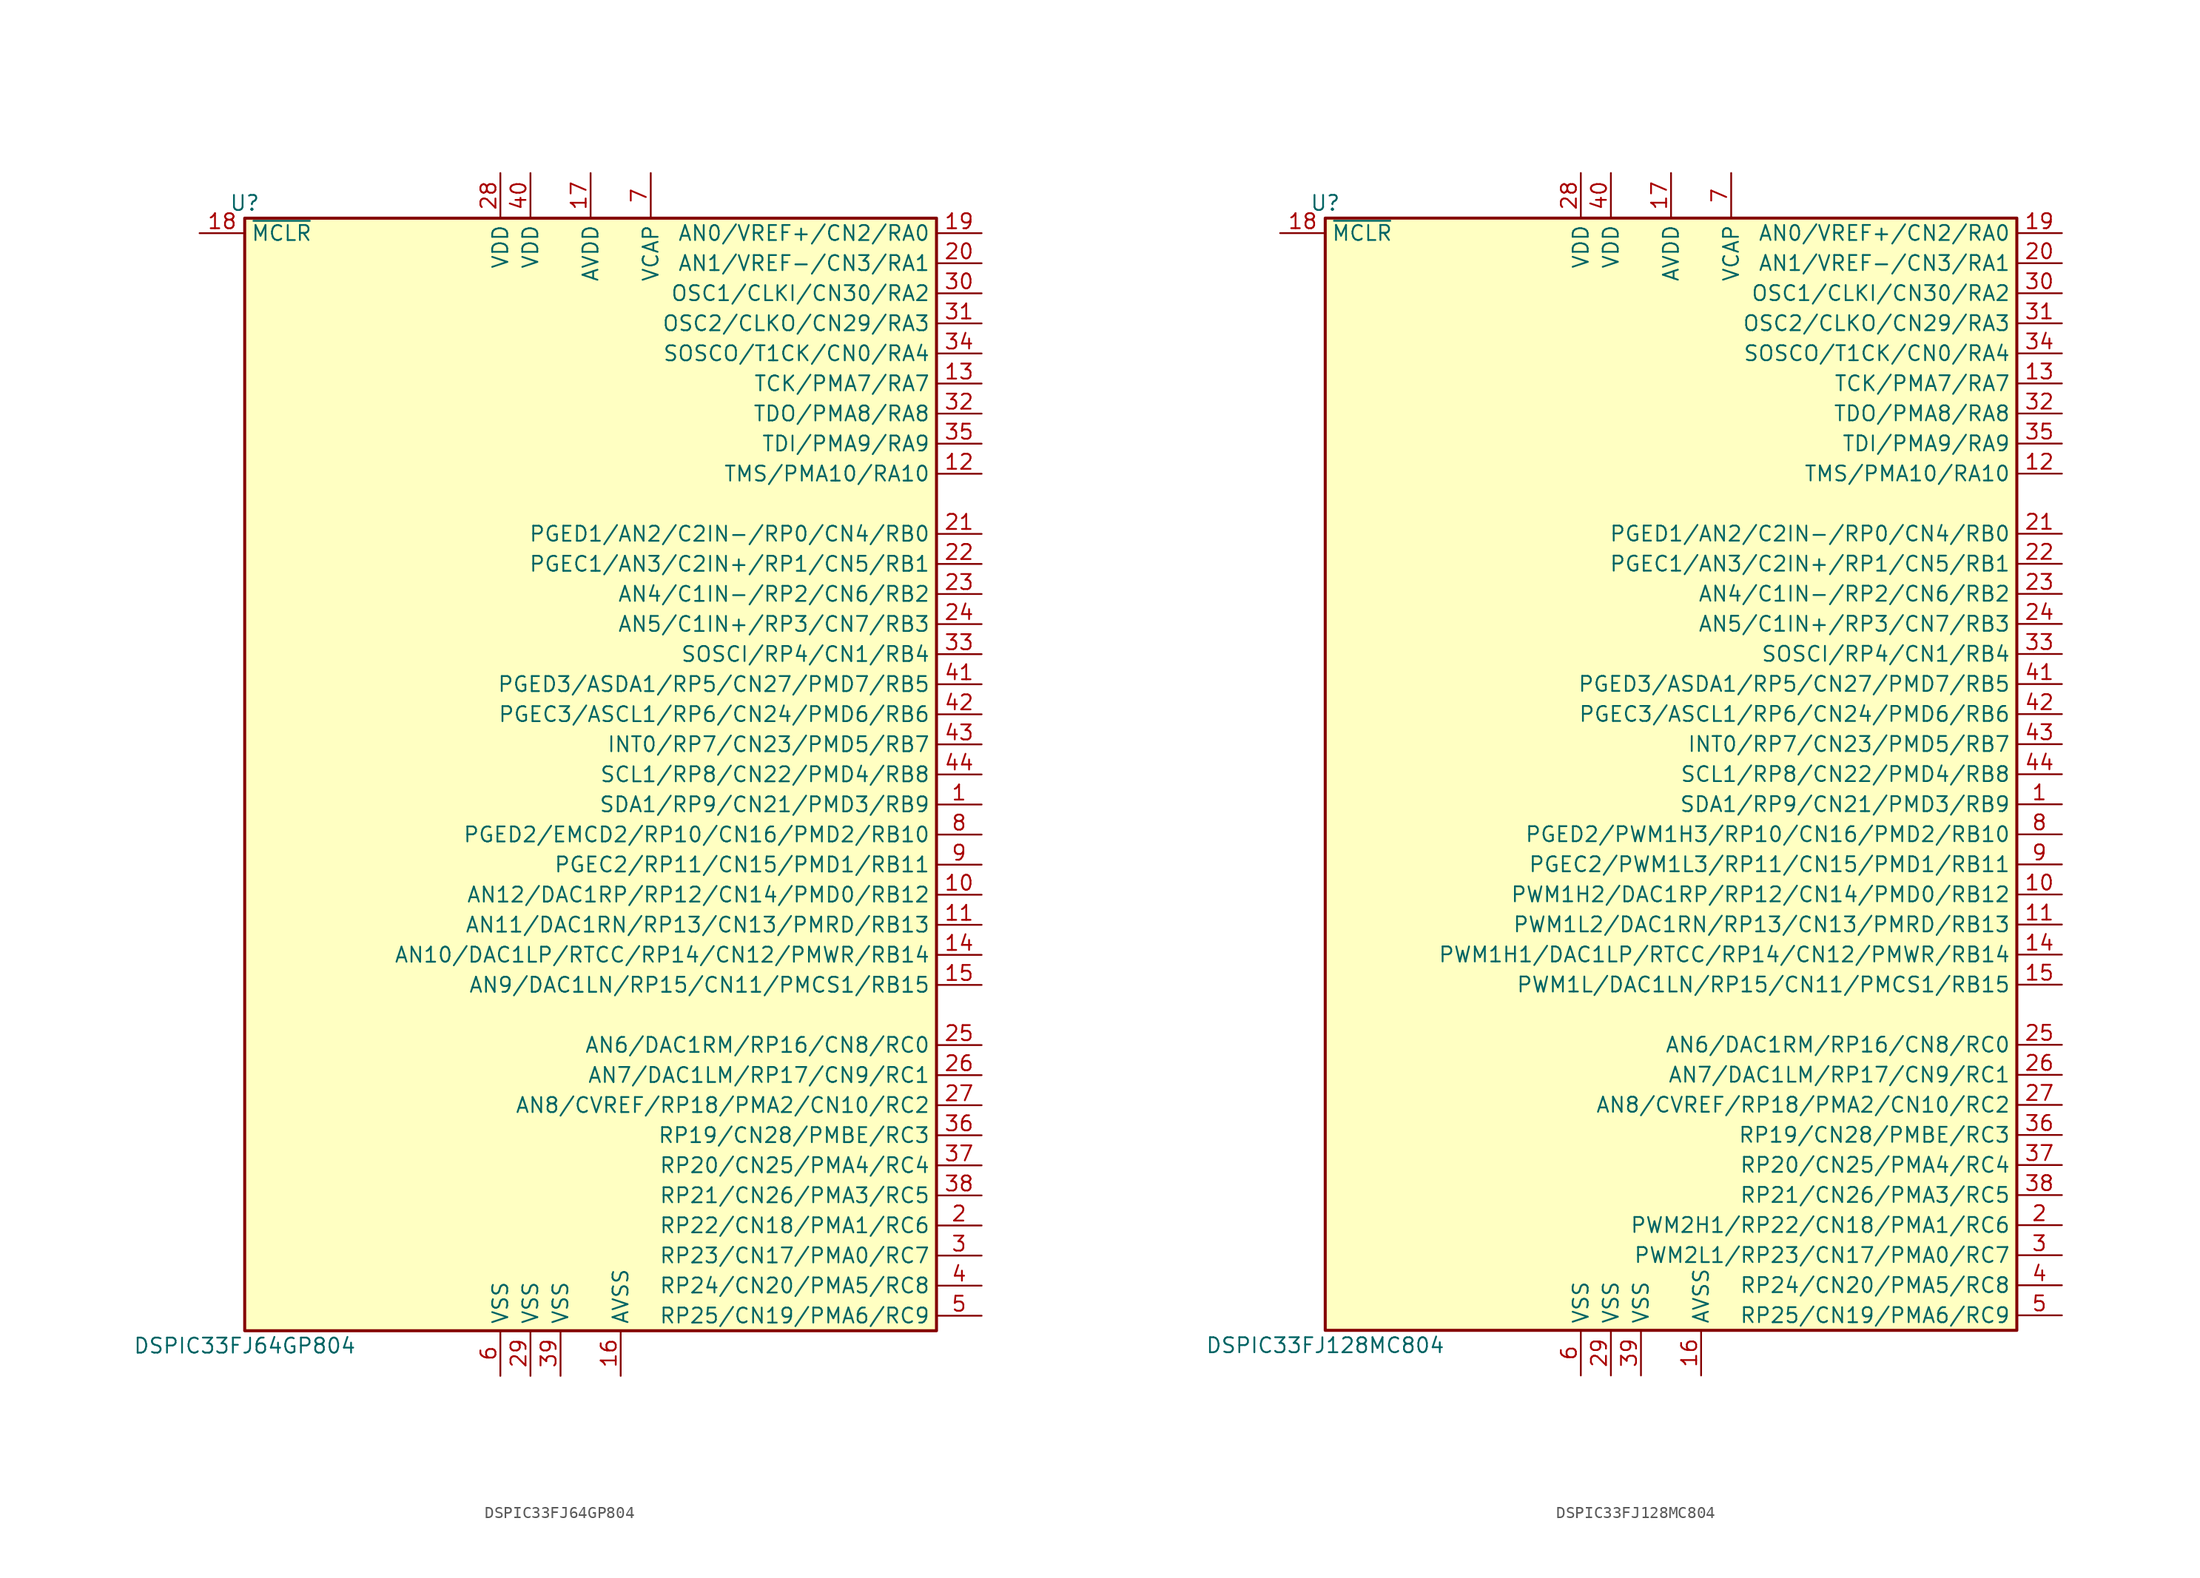
<source format=kicad_sym>
(kicad_symbol_lib
  (version 20211014)
  (generator kicad_symbol_editor)
  (symbol "DSPIC33FJ64GP804"
    (property "Reference" "U"
      (at -29.21 48.26 0)
      (effects (font (size 1.27 1.27))))
    (property "Value" "DSPIC33FJ64GP804"
      (at -29.21 -48.26 0)
      (effects (font (size 1.27 1.27))))
    (symbol "DSPIC33FJ64GP804_1_1"
      (rectangle (start -29.21 46.99) (end 29.21 -46.99) (stroke (width 0.254) (type default) (color 0 0 0 0)) (fill (type background)))
      (pin bidirectional line (at 33.02 -2.54 180) (length 3.81) (name "SDA1/RP9/CN21/PMD3/RB9" (effects (font (size 1.27 1.27)))) (number "1" (effects (font (size 1.27 1.27)))))
      (pin bidirectional line (at 33.02 -10.16 180) (length 3.81) (name "AN12/DAC1RP/RP12/CN14/PMD0/RB12" (effects (font (size 1.27 1.27)))) (number "10" (effects (font (size 1.27 1.27)))))
      (pin bidirectional line (at 33.02 -12.7 180) (length 3.81) (name "AN11/DAC1RN/RP13/CN13/PMRD/RB13" (effects (font (size 1.27 1.27)))) (number "11" (effects (font (size 1.27 1.27)))))
      (pin bidirectional line (at 33.02 25.4 180) (length 3.81) (name "TMS/PMA10/RA10" (effects (font (size 1.27 1.27)))) (number "12" (effects (font (size 1.27 1.27)))))
      (pin bidirectional line (at 33.02 33.02 180) (length 3.81) (name "TCK/PMA7/RA7" (effects (font (size 1.27 1.27)))) (number "13" (effects (font (size 1.27 1.27)))))
      (pin bidirectional line (at 33.02 -15.24 180) (length 3.81) (name "AN10/DAC1LP/RTCC/RP14/CN12/PMWR/RB14" (effects (font (size 1.27 1.27)))) (number "14" (effects (font (size 1.27 1.27)))))
      (pin bidirectional line (at 33.02 -17.78 180) (length 3.81) (name "AN9/DAC1LN/RP15/CN11/PMCS1/RB15" (effects (font (size 1.27 1.27)))) (number "15" (effects (font (size 1.27 1.27)))))
      (pin power_in line (at 2.54 -50.8 90) (length 3.81) (name "AVSS" (effects (font (size 1.27 1.27)))) (number "16" (effects (font (size 1.27 1.27)))))
      (pin power_in line (at 0 50.8 270) (length 3.81) (name "AVDD" (effects (font (size 1.27 1.27)))) (number "17" (effects (font (size 1.27 1.27)))))
      (pin input line (at -33.02 45.72 0) (length 3.81) (name "~{MCLR}" (effects (font (size 1.27 1.27)))) (number "18" (effects (font (size 1.27 1.27)))))
      (pin bidirectional line (at 33.02 45.72 180) (length 3.81) (name "AN0/VREF+/CN2/RA0" (effects (font (size 1.27 1.27)))) (number "19" (effects (font (size 1.27 1.27)))))
      (pin bidirectional line (at 33.02 -38.1 180) (length 3.81) (name "RP22/CN18/PMA1/RC6" (effects (font (size 1.27 1.27)))) (number "2" (effects (font (size 1.27 1.27)))))
      (pin bidirectional line (at 33.02 43.18 180) (length 3.81) (name "AN1/VREF-/CN3/RA1" (effects (font (size 1.27 1.27)))) (number "20" (effects (font (size 1.27 1.27)))))
      (pin bidirectional line (at 33.02 20.32 180) (length 3.81) (name "PGED1/AN2/C2IN-/RP0/CN4/RB0" (effects (font (size 1.27 1.27)))) (number "21" (effects (font (size 1.27 1.27)))))
      (pin bidirectional line (at 33.02 17.78 180) (length 3.81) (name "PGEC1/AN3/C2IN+/RP1/CN5/RB1" (effects (font (size 1.27 1.27)))) (number "22" (effects (font (size 1.27 1.27)))))
      (pin bidirectional line (at 33.02 15.24 180) (length 3.81) (name "AN4/C1IN-/RP2/CN6/RB2" (effects (font (size 1.27 1.27)))) (number "23" (effects (font (size 1.27 1.27)))))
      (pin bidirectional line (at 33.02 12.7 180) (length 3.81) (name "AN5/C1IN+/RP3/CN7/RB3" (effects (font (size 1.27 1.27)))) (number "24" (effects (font (size 1.27 1.27)))))
      (pin bidirectional line (at 33.02 -22.86 180) (length 3.81) (name "AN6/DAC1RM/RP16/CN8/RC0" (effects (font (size 1.27 1.27)))) (number "25" (effects (font (size 1.27 1.27)))))
      (pin bidirectional line (at 33.02 -25.4 180) (length 3.81) (name "AN7/DAC1LM/RP17/CN9/RC1" (effects (font (size 1.27 1.27)))) (number "26" (effects (font (size 1.27 1.27)))))
      (pin bidirectional line (at 33.02 -27.94 180) (length 3.81) (name "AN8/CVREF/RP18/PMA2/CN10/RC2" (effects (font (size 1.27 1.27)))) (number "27" (effects (font (size 1.27 1.27)))))
      (pin power_in line (at -7.62 50.8 270) (length 3.81) (name "VDD" (effects (font (size 1.27 1.27)))) (number "28" (effects (font (size 1.27 1.27)))))
      (pin power_in line (at -5.08 -50.8 90) (length 3.81) (name "VSS" (effects (font (size 1.27 1.27)))) (number "29" (effects (font (size 1.27 1.27)))))
      (pin bidirectional line (at 33.02 -40.64 180) (length 3.81) (name "RP23/CN17/PMA0/RC7" (effects (font (size 1.27 1.27)))) (number "3" (effects (font (size 1.27 1.27)))))
      (pin input line (at 33.02 40.64 180) (length 3.81) (name "OSC1/CLKI/CN30/RA2" (effects (font (size 1.27 1.27)))) (number "30" (effects (font (size 1.27 1.27)))))
      (pin input line (at 33.02 38.1 180) (length 3.81) (name "OSC2/CLKO/CN29/RA3" (effects (font (size 1.27 1.27)))) (number "31" (effects (font (size 1.27 1.27)))))
      (pin input line (at 33.02 30.48 180) (length 3.81) (name "TDO/PMA8/RA8" (effects (font (size 1.27 1.27)))) (number "32" (effects (font (size 1.27 1.27)))))
      (pin input line (at 33.02 10.16 180) (length 3.81) (name "SOSCI/RP4/CN1/RB4" (effects (font (size 1.27 1.27)))) (number "33" (effects (font (size 1.27 1.27)))))
      (pin input line (at 33.02 35.56 180) (length 3.81) (name "SOSCO/T1CK/CN0/RA4" (effects (font (size 1.27 1.27)))) (number "34" (effects (font (size 1.27 1.27)))))
      (pin input line (at 33.02 27.94 180) (length 3.81) (name "TDI/PMA9/RA9" (effects (font (size 1.27 1.27)))) (number "35" (effects (font (size 1.27 1.27)))))
      (pin input line (at 33.02 -30.48 180) (length 3.81) (name "RP19/CN28/PMBE/RC3" (effects (font (size 1.27 1.27)))) (number "36" (effects (font (size 1.27 1.27)))))
      (pin input line (at 33.02 -33.02 180) (length 3.81) (name "RP20/CN25/PMA4/RC4" (effects (font (size 1.27 1.27)))) (number "37" (effects (font (size 1.27 1.27)))))
      (pin input line (at 33.02 -35.56 180) (length 3.81) (name "RP21/CN26/PMA3/RC5" (effects (font (size 1.27 1.27)))) (number "38" (effects (font (size 1.27 1.27)))))
      (pin power_in line (at -2.54 -50.8 90) (length 3.81) (name "VSS" (effects (font (size 1.27 1.27)))) (number "39" (effects (font (size 1.27 1.27)))))
      (pin bidirectional line (at 33.02 -43.18 180) (length 3.81) (name "RP24/CN20/PMA5/RC8" (effects (font (size 1.27 1.27)))) (number "4" (effects (font (size 1.27 1.27)))))
      (pin power_in line (at -5.08 50.8 270) (length 3.81) (name "VDD" (effects (font (size 1.27 1.27)))) (number "40" (effects (font (size 1.27 1.27)))))
      (pin input line (at 33.02 7.62 180) (length 3.81) (name "PGED3/ASDA1/RP5/CN27/PMD7/RB5" (effects (font (size 1.27 1.27)))) (number "41" (effects (font (size 1.27 1.27)))))
      (pin input line (at 33.02 5.08 180) (length 3.81) (name "PGEC3/ASCL1/RP6/CN24/PMD6/RB6" (effects (font (size 1.27 1.27)))) (number "42" (effects (font (size 1.27 1.27)))))
      (pin input line (at 33.02 2.54 180) (length 3.81) (name "INT0/RP7/CN23/PMD5/RB7" (effects (font (size 1.27 1.27)))) (number "43" (effects (font (size 1.27 1.27)))))
      (pin input line (at 33.02 0 180) (length 3.81) (name "SCL1/RP8/CN22/PMD4/RB8" (effects (font (size 1.27 1.27)))) (number "44" (effects (font (size 1.27 1.27)))))
      (pin bidirectional line (at 33.02 -45.72 180) (length 3.81) (name "RP25/CN19/PMA6/RC9" (effects (font (size 1.27 1.27)))) (number "5" (effects (font (size 1.27 1.27)))))
      (pin power_in line (at -7.62 -50.8 90) (length 3.81) (name "VSS" (effects (font (size 1.27 1.27)))) (number "6" (effects (font (size 1.27 1.27)))))
      (pin power_in line (at 5.08 50.8 270) (length 3.81) (name "VCAP" (effects (font (size 1.27 1.27)))) (number "7" (effects (font (size 1.27 1.27)))))
      (pin bidirectional line (at 33.02 -5.08 180) (length 3.81) (name "PGED2/EMCD2/RP10/CN16/PMD2/RB10" (effects (font (size 1.27 1.27)))) (number "8" (effects (font (size 1.27 1.27)))))
      (pin bidirectional line (at 33.02 -7.62 180) (length 3.81) (name "PGEC2/RP11/CN15/PMD1/RB11" (effects (font (size 1.27 1.27)))) (number "9" (effects (font (size 1.27 1.27)))))))
  (symbol "DSPIC33FJ128MC804"
    (property "Reference" "U"
      (at -29.21 48.26 0)
      (effects (font (size 1.27 1.27))))
    (property "Value" "DSPIC33FJ128MC804"
      (at -29.21 -48.26 0)
      (effects (font (size 1.27 1.27))))
    (symbol "DSPIC33FJ128MC804_1_1"
      (rectangle (start -29.21 46.99) (end 29.21 -46.99) (stroke (width 0.254) (type default) (color 0 0 0 0)) (fill (type background)))
      (pin bidirectional line (at 33.02 -2.54 180) (length 3.81) (name "SDA1/RP9/CN21/PMD3/RB9" (effects (font (size 1.27 1.27)))) (number "1" (effects (font (size 1.27 1.27)))))
      (pin bidirectional line (at 33.02 -10.16 180) (length 3.81) (name "PWM1H2/DAC1RP/RP12/CN14/PMD0/RB12" (effects (font (size 1.27 1.27)))) (number "10" (effects (font (size 1.27 1.27)))))
      (pin bidirectional line (at 33.02 -12.7 180) (length 3.81) (name "PWM1L2/DAC1RN/RP13/CN13/PMRD/RB13" (effects (font (size 1.27 1.27)))) (number "11" (effects (font (size 1.27 1.27)))))
      (pin bidirectional line (at 33.02 25.4 180) (length 3.81) (name "TMS/PMA10/RA10" (effects (font (size 1.27 1.27)))) (number "12" (effects (font (size 1.27 1.27)))))
      (pin bidirectional line (at 33.02 33.02 180) (length 3.81) (name "TCK/PMA7/RA7" (effects (font (size 1.27 1.27)))) (number "13" (effects (font (size 1.27 1.27)))))
      (pin bidirectional line (at 33.02 -15.24 180) (length 3.81) (name "PWM1H1/DAC1LP/RTCC/RP14/CN12/PMWR/RB14" (effects (font (size 1.27 1.27)))) (number "14" (effects (font (size 1.27 1.27)))))
      (pin bidirectional line (at 33.02 -17.78 180) (length 3.81) (name "PWM1L/DAC1LN/RP15/CN11/PMCS1/RB15" (effects (font (size 1.27 1.27)))) (number "15" (effects (font (size 1.27 1.27)))))
      (pin power_in line (at 2.54 -50.8 90) (length 3.81) (name "AVSS" (effects (font (size 1.27 1.27)))) (number "16" (effects (font (size 1.27 1.27)))))
      (pin power_in line (at 0 50.8 270) (length 3.81) (name "AVDD" (effects (font (size 1.27 1.27)))) (number "17" (effects (font (size 1.27 1.27)))))
      (pin input line (at -33.02 45.72 0) (length 3.81) (name "~{MCLR}" (effects (font (size 1.27 1.27)))) (number "18" (effects (font (size 1.27 1.27)))))
      (pin bidirectional line (at 33.02 45.72 180) (length 3.81) (name "AN0/VREF+/CN2/RA0" (effects (font (size 1.27 1.27)))) (number "19" (effects (font (size 1.27 1.27)))))
      (pin bidirectional line (at 33.02 -38.1 180) (length 3.81) (name "PWM2H1/RP22/CN18/PMA1/RC6" (effects (font (size 1.27 1.27)))) (number "2" (effects (font (size 1.27 1.27)))))
      (pin bidirectional line (at 33.02 43.18 180) (length 3.81) (name "AN1/VREF-/CN3/RA1" (effects (font (size 1.27 1.27)))) (number "20" (effects (font (size 1.27 1.27)))))
      (pin bidirectional line (at 33.02 20.32 180) (length 3.81) (name "PGED1/AN2/C2IN-/RP0/CN4/RB0" (effects (font (size 1.27 1.27)))) (number "21" (effects (font (size 1.27 1.27)))))
      (pin bidirectional line (at 33.02 17.78 180) (length 3.81) (name "PGEC1/AN3/C2IN+/RP1/CN5/RB1" (effects (font (size 1.27 1.27)))) (number "22" (effects (font (size 1.27 1.27)))))
      (pin bidirectional line (at 33.02 15.24 180) (length 3.81) (name "AN4/C1IN-/RP2/CN6/RB2" (effects (font (size 1.27 1.27)))) (number "23" (effects (font (size 1.27 1.27)))))
      (pin bidirectional line (at 33.02 12.7 180) (length 3.81) (name "AN5/C1IN+/RP3/CN7/RB3" (effects (font (size 1.27 1.27)))) (number "24" (effects (font (size 1.27 1.27)))))
      (pin bidirectional line (at 33.02 -22.86 180) (length 3.81) (name "AN6/DAC1RM/RP16/CN8/RC0" (effects (font (size 1.27 1.27)))) (number "25" (effects (font (size 1.27 1.27)))))
      (pin bidirectional line (at 33.02 -25.4 180) (length 3.81) (name "AN7/DAC1LM/RP17/CN9/RC1" (effects (font (size 1.27 1.27)))) (number "26" (effects (font (size 1.27 1.27)))))
      (pin bidirectional line (at 33.02 -27.94 180) (length 3.81) (name "AN8/CVREF/RP18/PMA2/CN10/RC2" (effects (font (size 1.27 1.27)))) (number "27" (effects (font (size 1.27 1.27)))))
      (pin power_in line (at -7.62 50.8 270) (length 3.81) (name "VDD" (effects (font (size 1.27 1.27)))) (number "28" (effects (font (size 1.27 1.27)))))
      (pin power_in line (at -5.08 -50.8 90) (length 3.81) (name "VSS" (effects (font (size 1.27 1.27)))) (number "29" (effects (font (size 1.27 1.27)))))
      (pin bidirectional line (at 33.02 -40.64 180) (length 3.81) (name "PWM2L1/RP23/CN17/PMA0/RC7" (effects (font (size 1.27 1.27)))) (number "3" (effects (font (size 1.27 1.27)))))
      (pin input line (at 33.02 40.64 180) (length 3.81) (name "OSC1/CLKI/CN30/RA2" (effects (font (size 1.27 1.27)))) (number "30" (effects (font (size 1.27 1.27)))))
      (pin input line (at 33.02 38.1 180) (length 3.81) (name "OSC2/CLKO/CN29/RA3" (effects (font (size 1.27 1.27)))) (number "31" (effects (font (size 1.27 1.27)))))
      (pin input line (at 33.02 30.48 180) (length 3.81) (name "TDO/PMA8/RA8" (effects (font (size 1.27 1.27)))) (number "32" (effects (font (size 1.27 1.27)))))
      (pin input line (at 33.02 10.16 180) (length 3.81) (name "SOSCI/RP4/CN1/RB4" (effects (font (size 1.27 1.27)))) (number "33" (effects (font (size 1.27 1.27)))))
      (pin input line (at 33.02 35.56 180) (length 3.81) (name "SOSCO/T1CK/CN0/RA4" (effects (font (size 1.27 1.27)))) (number "34" (effects (font (size 1.27 1.27)))))
      (pin input line (at 33.02 27.94 180) (length 3.81) (name "TDI/PMA9/RA9" (effects (font (size 1.27 1.27)))) (number "35" (effects (font (size 1.27 1.27)))))
      (pin input line (at 33.02 -30.48 180) (length 3.81) (name "RP19/CN28/PMBE/RC3" (effects (font (size 1.27 1.27)))) (number "36" (effects (font (size 1.27 1.27)))))
      (pin input line (at 33.02 -33.02 180) (length 3.81) (name "RP20/CN25/PMA4/RC4" (effects (font (size 1.27 1.27)))) (number "37" (effects (font (size 1.27 1.27)))))
      (pin input line (at 33.02 -35.56 180) (length 3.81) (name "RP21/CN26/PMA3/RC5" (effects (font (size 1.27 1.27)))) (number "38" (effects (font (size 1.27 1.27)))))
      (pin power_in line (at -2.54 -50.8 90) (length 3.81) (name "VSS" (effects (font (size 1.27 1.27)))) (number "39" (effects (font (size 1.27 1.27)))))
      (pin bidirectional line (at 33.02 -43.18 180) (length 3.81) (name "RP24/CN20/PMA5/RC8" (effects (font (size 1.27 1.27)))) (number "4" (effects (font (size 1.27 1.27)))))
      (pin power_in line (at -5.08 50.8 270) (length 3.81) (name "VDD" (effects (font (size 1.27 1.27)))) (number "40" (effects (font (size 1.27 1.27)))))
      (pin input line (at 33.02 7.62 180) (length 3.81) (name "PGED3/ASDA1/RP5/CN27/PMD7/RB5" (effects (font (size 1.27 1.27)))) (number "41" (effects (font (size 1.27 1.27)))))
      (pin input line (at 33.02 5.08 180) (length 3.81) (name "PGEC3/ASCL1/RP6/CN24/PMD6/RB6" (effects (font (size 1.27 1.27)))) (number "42" (effects (font (size 1.27 1.27)))))
      (pin input line (at 33.02 2.54 180) (length 3.81) (name "INT0/RP7/CN23/PMD5/RB7" (effects (font (size 1.27 1.27)))) (number "43" (effects (font (size 1.27 1.27)))))
      (pin input line (at 33.02 0 180) (length 3.81) (name "SCL1/RP8/CN22/PMD4/RB8" (effects (font (size 1.27 1.27)))) (number "44" (effects (font (size 1.27 1.27)))))
      (pin bidirectional line (at 33.02 -45.72 180) (length 3.81) (name "RP25/CN19/PMA6/RC9" (effects (font (size 1.27 1.27)))) (number "5" (effects (font (size 1.27 1.27)))))
      (pin power_in line (at -7.62 -50.8 90) (length 3.81) (name "VSS" (effects (font (size 1.27 1.27)))) (number "6" (effects (font (size 1.27 1.27)))))
      (pin power_in line (at 5.08 50.8 270) (length 3.81) (name "VCAP" (effects (font (size 1.27 1.27)))) (number "7" (effects (font (size 1.27 1.27)))))
      (pin bidirectional line (at 33.02 -5.08 180) (length 3.81) (name "PGED2/PWM1H3/RP10/CN16/PMD2/RB10" (effects (font (size 1.27 1.27)))) (number "8" (effects (font (size 1.27 1.27)))))
      (pin bidirectional line (at 33.02 -7.62 180) (length 3.81) (name "PGEC2/PWM1L3/RP11/CN15/PMD1/RB11" (effects (font (size 1.27 1.27)))) (number "9" (effects (font (size 1.27 1.27))))))))
</source>
